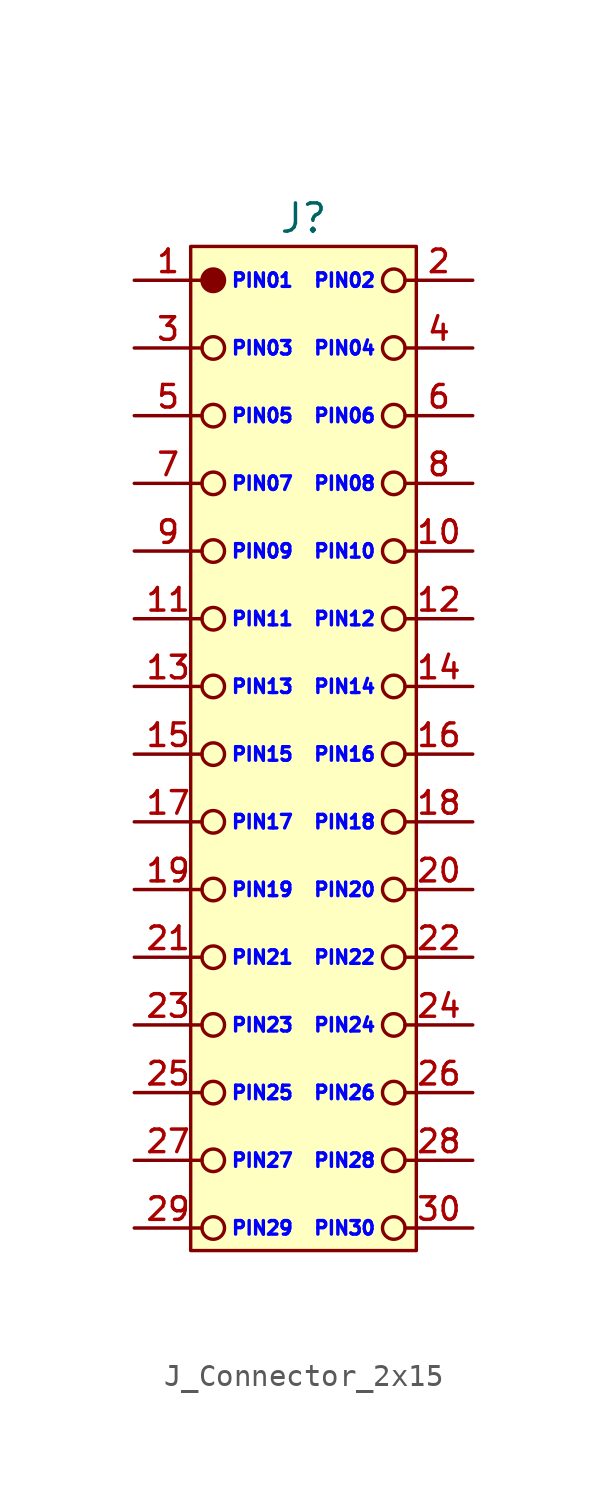
<source format=kicad_sym>
(kicad_symbol_lib
  (version 20241209)
  (generator "kicad_symbol_editor")
  (generator_version "9.0")
  (symbol "J_Connector_2x15"
    (pin_names
      (offset 0)
      (hide yes))
    (property "Reference" "J"
      (at 7.5 2.75 0)
      (do_not_autoplace)
      (effects (font (size 1.25 1.25))))
    (property "PIN_01" "PIN01"
      (at 4.25 0 0)
      (do_not_autoplace)
      (effects (font (size 0.6 0.6) (color 0 0 255 1)) (justify left)))
    (property "PIN_02" "PIN02"
      (at 10.75 0 0)
      (do_not_autoplace)
      (effects (font (size 0.6 0.6) (color 0 0 255 1)) (justify right)))
    (property "PIN_03" "PIN03"
      (at 4.25 -3 0)
      (do_not_autoplace)
      (effects (font (size 0.6 0.6) (color 0 0 255 1)) (justify left)))
    (property "PIN_04" "PIN04"
      (at 10.75 -3 0)
      (do_not_autoplace)
      (effects (font (size 0.6 0.6) (color 0 0 255 1)) (justify right)))
    (property "PIN_05" "PIN05"
      (at 4.25 -6 0)
      (do_not_autoplace)
      (effects (font (size 0.6 0.6) (color 0 0 255 1)) (justify left)))
    (property "PIN_06" "PIN06"
      (at 10.75 -6 0)
      (do_not_autoplace)
      (effects (font (size 0.6 0.6) (color 0 0 255 1)) (justify right)))
    (property "PIN_07" "PIN07"
      (at 4.25 -9 0)
      (do_not_autoplace)
      (effects (font (size 0.6 0.6) (color 0 0 255 1)) (justify left)))
    (property "PIN_08" "PIN08"
      (at 10.75 -9 0)
      (do_not_autoplace)
      (effects (font (size 0.6 0.6) (color 0 0 255 1)) (justify right)))
    (property "PIN_09" "PIN09"
      (at 4.25 -12 0)
      (do_not_autoplace)
      (effects (font (size 0.6 0.6) (color 0 0 255 1)) (justify left)))
    (property "PIN_10" "PIN10"
      (at 10.75 -12 0)
      (do_not_autoplace)
      (effects (font (size 0.6 0.6) (color 0 0 255 1)) (justify right)))
    (property "PIN_11" "PIN11"
      (at 4.25 -15 0)
      (do_not_autoplace)
      (effects (font (size 0.6 0.6) (color 0 0 255 1)) (justify left)))
    (property "PIN_12" "PIN12"
      (at 10.75 -15 0)
      (do_not_autoplace)
      (effects (font (size 0.6 0.6) (color 0 0 255 1)) (justify right)))
    (property "PIN_13" "PIN13"
      (at 4.25 -18 0)
      (do_not_autoplace)
      (effects (font (size 0.6 0.6) (color 0 0 255 1)) (justify left)))
    (property "PIN_14" "PIN14"
      (at 10.75 -18 0)
      (do_not_autoplace)
      (effects (font (size 0.6 0.6) (color 0 0 255 1)) (justify right)))
    (property "PIN_15" "PIN15"
      (at 4.25 -21 0)
      (do_not_autoplace)
      (effects (font (size 0.6 0.6) (color 0 0 255 1)) (justify left)))
    (property "PIN_16" "PIN16"
      (at 10.75 -21 0)
      (do_not_autoplace)
      (effects (font (size 0.6 0.6) (color 0 0 255 1)) (justify right)))
    (property "PIN_17" "PIN17"
      (at 4.25 -24 0)
      (effects (font (size 0.6 0.6) (color 0 0 255 1)) (justify left)))
    (property "PIN_18" "PIN18"
      (at 10.75 -24 0)
      (effects (font (size 0.6 0.6) (color 0 0 255 1)) (justify right)))
    (property "PIN_19" "PIN19"
      (at 4.25 -27 0)
      (effects (font (size 0.6 0.6) (color 0 0 255 1)) (justify left)))
    (property "PIN_20" "PIN20"
      (at 10.75 -27 0)
      (effects (font (size 0.6 0.6) (color 0 0 255 1)) (justify right)))
    (property "PIN_21" "PIN21"
      (at 4.25 -30 0)
      (effects (font (size 0.6 0.6) (color 0 0 255 1)) (justify left)))
    (property "PIN_22" "PIN22"
      (at 10.75 -30 0)
      (effects (font (size 0.6 0.6) (color 0 0 255 1)) (justify right)))
    (property "PIN_23" "PIN23"
      (at 4.25 -33 0)
      (effects (font (size 0.6 0.6) (color 0 0 255 1)) (justify left)))
    (property "PIN_24" "PIN24"
      (at 10.75 -33 0)
      (effects (font (size 0.6 0.6) (color 0 0 255 1)) (justify right)))
    (property "PIN_25" "PIN25"
      (at 4.25 -36 0)
      (effects (font (size 0.6 0.6) (color 0 0 255 1)) (justify left)))
    (property "PIN_26" "PIN26"
      (at 10.75 -36 0)
      (effects (font (size 0.6 0.6) (color 0 0 255 1)) (justify right)))
    (property "PIN_27" "PIN27"
      (at 4.25 -39 0)
      (effects (font (size 0.6 0.6) (color 0 0 255 1)) (justify left)))
    (property "PIN_28" "PIN28"
      (at 10.75 -39 0)
      (effects (font (size 0.6 0.6) (color 0 0 255 1)) (justify right)))
    (property "PIN_29" "PIN29"
      (at 4.25 -42 0)
      (effects (font (size 0.6 0.6) (color 0 0 255 1)) (justify left)))
    (property "PIN_30" "PIN30"
      (at 10.75 -42 0)
      (effects (font (size 0.6 0.6) (color 0 0 255 1)) (justify right)))
    (symbol "J_Connector_2x15_0_1"
      (circle (center 3.5 -3) (radius 0.5) (stroke (width 0) (type default)) (fill (type none)))
      (circle (center 3.5 -6) (radius 0.5) (stroke (width 0) (type default)) (fill (type none)))
      (circle (center 3.5 -9) (radius 0.5) (stroke (width 0) (type default)) (fill (type none)))
      (circle (center 3.5 -12) (radius 0.5) (stroke (width 0) (type default)) (fill (type none)))
      (circle (center 3.5 -15) (radius 0.5) (stroke (width 0) (type default)) (fill (type none)))
      (circle (center 3.5 -18) (radius 0.5) (stroke (width 0) (type default)) (fill (type none)))
      (circle (center 3.5 -21) (radius 0.5) (stroke (width 0) (type default)) (fill (type none)))
      (circle (center 3.5 -27) (radius 0.5) (stroke (width 0) (type default)) (fill (type none)))
      (circle (center 3.5 -30) (radius 0.5) (stroke (width 0) (type default)) (fill (type none)))
      (circle (center 3.5 -33) (radius 0.5) (stroke (width 0) (type default)) (fill (type none)))
      (circle (center 3.5 -36) (radius 0.5) (stroke (width 0) (type default)) (fill (type none)))
      (circle (center 3.5 -39) (radius 0.5) (stroke (width 0) (type default)) (fill (type none)))
      (circle (center 3.5 -42) (radius 0.5) (stroke (width 0) (type default)) (fill (type none)))
      (circle (center 11.5 0) (radius 0.5) (stroke (width 0) (type default)) (fill (type none)))
      (circle (center 11.5 -3) (radius 0.5) (stroke (width 0) (type default)) (fill (type none)))
      (circle (center 11.5 -6) (radius 0.5) (stroke (width 0) (type default)) (fill (type none)))
      (circle (center 11.5 -9) (radius 0.5) (stroke (width 0) (type default)) (fill (type none)))
      (circle (center 11.5 -12) (radius 0.5) (stroke (width 0) (type default)) (fill (type none)))
      (circle (center 11.5 -15) (radius 0.5) (stroke (width 0) (type default)) (fill (type none)))
      (circle (center 11.5 -18) (radius 0.5) (stroke (width 0) (type default)) (fill (type none)))
      (circle (center 11.5 -21) (radius 0.5) (stroke (width 0) (type default)) (fill (type none)))
      (circle (center 11.5 -24) (radius 0.5) (stroke (width 0) (type default)) (fill (type none)))
      (circle (center 11.5 -27) (radius 0.5) (stroke (width 0) (type default)) (fill (type none)))
      (circle (center 11.5 -30) (radius 0.5) (stroke (width 0) (type default)) (fill (type none)))
      (circle (center 11.5 -33) (radius 0.5) (stroke (width 0) (type default)) (fill (type none)))
      (circle (center 11.5 -36) (radius 0.5) (stroke (width 0) (type default)) (fill (type none)))
      (circle (center 11.5 -39) (radius 0.5) (stroke (width 0) (type default)) (fill (type none)))
      (circle (center 11.5 -42) (radius 0.5) (stroke (width 0) (type default)) (fill (type none))))
    (symbol "J_Connector_2x15_1_1"
      (rectangle (start 2.5 1.5) (end 12.5 -43) (stroke (width 0) (type default)) (fill (type background)))
      (circle (center 3.5 0) (radius 0.5) (stroke (width 0) (type default)) (fill (type outline)))
      (circle (center 3.5 -24) (radius 0.5) (stroke (width 0) (type default)) (fill (type none)))
      (pin passive line (at 0 0 0) (length 3) (name "1" (effects (font (size 1 1)))) (number "1" (effects (font (size 1 1)))))
      (pin passive line (at 0 -3 0) (length 3) (name "3" (effects (font (size 1 1)))) (number "3" (effects (font (size 1 1)))))
      (pin passive line (at 0 -6 0) (length 3) (name "5" (effects (font (size 1 1)))) (number "5" (effects (font (size 1 1)))))
      (pin passive line (at 0 -9 0) (length 3) (name "7" (effects (font (size 1 1)))) (number "7" (effects (font (size 1 1)))))
      (pin passive line (at 0 -12 0) (length 3) (name "9" (effects (font (size 1 1)))) (number "9" (effects (font (size 1 1)))))
      (pin passive line (at 0 -15 0) (length 3) (name "11" (effects (font (size 1 1)))) (number "11" (effects (font (size 1 1)))))
      (pin passive line (at 0 -18 0) (length 3) (name "13" (effects (font (size 1 1)))) (number "13" (effects (font (size 1 1)))))
      (pin passive line (at 0 -21 0) (length 3) (name "15" (effects (font (size 1 1)))) (number "15" (effects (font (size 1 1)))))
      (pin passive line (at 0 -24 0) (length 3) (name "17" (effects (font (size 1 1)))) (number "17" (effects (font (size 1 1)))))
      (pin passive line (at 0 -27 0) (length 3) (name "19" (effects (font (size 1 1)))) (number "19" (effects (font (size 1 1)))))
      (pin passive line (at 0 -30 0) (length 3) (name "21" (effects (font (size 1 1)))) (number "21" (effects (font (size 1 1)))))
      (pin passive line (at 0 -33 0) (length 3) (name "23" (effects (font (size 1 1)))) (number "23" (effects (font (size 1 1)))))
      (pin passive line (at 0 -36 0) (length 3) (name "25" (effects (font (size 1 1)))) (number "25" (effects (font (size 1 1)))))
      (pin passive line (at 0 -39 0) (length 3) (name "27" (effects (font (size 1 1)))) (number "27" (effects (font (size 1 1)))))
      (pin passive line (at 0 -42 0) (length 3) (name "29" (effects (font (size 1 1)))) (number "29" (effects (font (size 1 1)))))
      (pin passive line (at 15 0 180) (length 3) (name "2" (effects (font (size 1 1)))) (number "2" (effects (font (size 1 1)))))
      (pin passive line (at 15 -3 180) (length 3) (name "4" (effects (font (size 1 1)))) (number "4" (effects (font (size 1 1)))))
      (pin passive line (at 15 -6 180) (length 3) (name "6" (effects (font (size 1 1)))) (number "6" (effects (font (size 1 1)))))
      (pin passive line (at 15 -9 180) (length 3) (name "8" (effects (font (size 1 1)))) (number "8" (effects (font (size 1 1)))))
      (pin passive line (at 15 -12 180) (length 3) (name "10" (effects (font (size 1 1)))) (number "10" (effects (font (size 1 1)))))
      (pin passive line (at 15 -15 180) (length 3) (name "12" (effects (font (size 1 1)))) (number "12" (effects (font (size 1 1)))))
      (pin passive line (at 15 -18 180) (length 3) (name "14" (effects (font (size 1 1)))) (number "14" (effects (font (size 1 1)))))
      (pin passive line (at 15 -21 180) (length 3) (name "16" (effects (font (size 1 1)))) (number "16" (effects (font (size 1 1)))))
      (pin passive line (at 15 -24 180) (length 3) (name "18" (effects (font (size 1 1)))) (number "18" (effects (font (size 1 1)))))
      (pin passive line (at 15 -27 180) (length 3) (name "20" (effects (font (size 1 1)))) (number "20" (effects (font (size 1 1)))))
      (pin passive line (at 15 -30 180) (length 3) (name "22" (effects (font (size 1 1)))) (number "22" (effects (font (size 1 1)))))
      (pin passive line (at 15 -33 180) (length 3) (name "24" (effects (font (size 1 1)))) (number "24" (effects (font (size 1 1)))))
      (pin passive line (at 15 -36 180) (length 3) (name "26" (effects (font (size 1 1)))) (number "26" (effects (font (size 1 1)))))
      (pin passive line (at 15 -39 180) (length 3) (name "28" (effects (font (size 1 1)))) (number "28" (effects (font (size 1 1)))))
      (pin passive line (at 15 -42 180) (length 3) (name "30" (effects (font (size 1 1)))) (number "30" (effects (font (size 1 1))))))))
</source>
